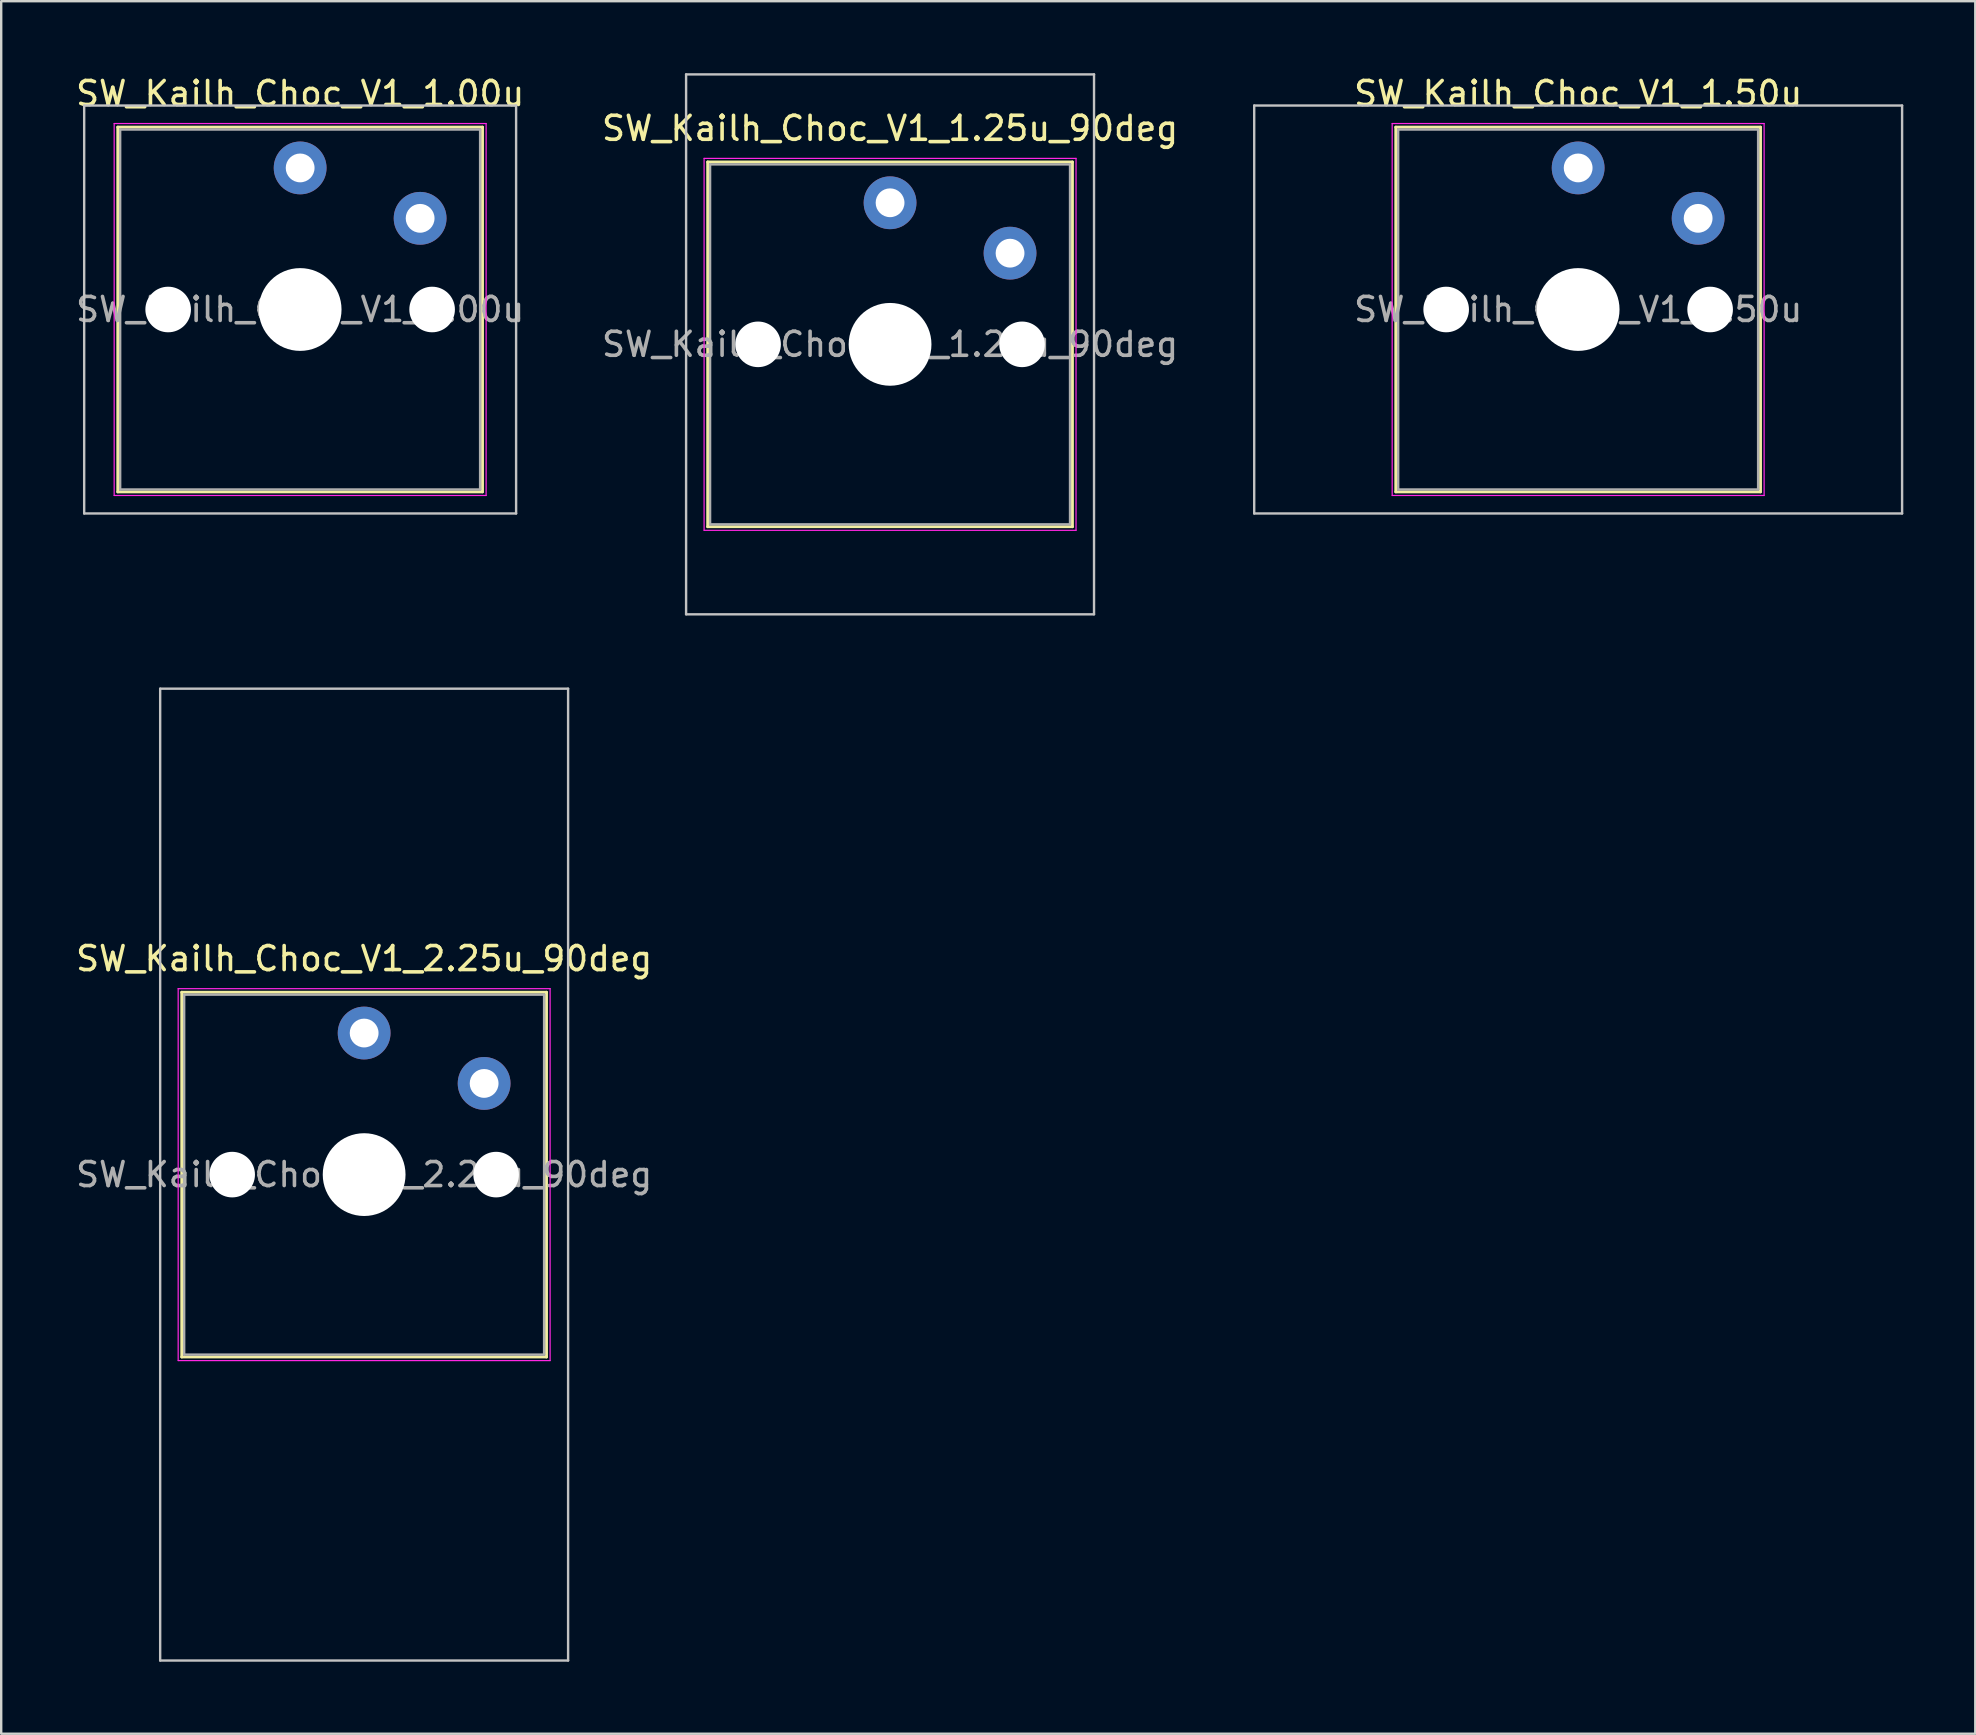
<source format=kicad_pcb>
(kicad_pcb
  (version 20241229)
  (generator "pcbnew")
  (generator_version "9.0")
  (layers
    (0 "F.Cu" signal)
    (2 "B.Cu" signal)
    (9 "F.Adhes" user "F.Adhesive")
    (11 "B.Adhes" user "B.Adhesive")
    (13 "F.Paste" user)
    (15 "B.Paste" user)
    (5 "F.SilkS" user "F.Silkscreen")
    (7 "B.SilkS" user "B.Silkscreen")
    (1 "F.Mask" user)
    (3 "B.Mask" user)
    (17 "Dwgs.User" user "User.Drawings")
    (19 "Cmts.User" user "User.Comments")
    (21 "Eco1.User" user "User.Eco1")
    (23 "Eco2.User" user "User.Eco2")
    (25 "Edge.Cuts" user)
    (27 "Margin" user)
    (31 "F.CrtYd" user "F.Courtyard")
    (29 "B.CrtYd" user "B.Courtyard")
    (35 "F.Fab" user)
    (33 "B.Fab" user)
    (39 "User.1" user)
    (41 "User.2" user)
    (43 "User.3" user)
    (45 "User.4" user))
  (footprint "SW_Kailh_Choc_V1_2.25u_90deg"
    (layer "F.Cu")
    (at 12.125 45.9)
    (property "Reference" "SW_Kailh_Choc_V1_2.25u_90deg" (at 0 -9 0) (layer "F.SilkS") (effects (font (size 1 1) (thickness 0.15))))
    (attr through_hole)
    (fp_line (start -7.6 -7.6) (end -7.6 7.6) (stroke (width 0.12) (type solid)) (layer "F.SilkS"))
    (fp_line (start -7.6 7.6) (end 7.6 7.6) (stroke (width 0.12) (type solid)) (layer "F.SilkS"))
    (fp_line (start 7.6 -7.6) (end -7.6 -7.6) (stroke (width 0.12) (type solid)) (layer "F.SilkS"))
    (fp_line (start 7.6 7.6) (end 7.6 -7.6) (stroke (width 0.12) (type solid)) (layer "F.SilkS"))
    (fp_line (start -8.5 -20.25) (end 8.5 -20.25) (stroke (width 0.1) (type solid)) (layer "Dwgs.User"))
    (fp_line (start -8.5 20.25) (end -8.5 -20.25) (stroke (width 0.1) (type solid)) (layer "Dwgs.User"))
    (fp_line (start 8.5 -20.25) (end 8.5 20.25) (stroke (width 0.1) (type solid)) (layer "Dwgs.User"))
    (fp_line (start 8.5 20.25) (end -8.5 20.25) (stroke (width 0.1) (type solid)) (layer "Dwgs.User"))
    (fp_line (start -7.25 -7.25) (end -7.25 7.25) (stroke (width 0.1) (type solid)) (layer "Eco1.User"))
    (fp_line (start -7.25 7.25) (end 7.25 7.25) (stroke (width 0.1) (type solid)) (layer "Eco1.User"))
    (fp_line (start 7.25 -7.25) (end -7.25 -7.25) (stroke (width 0.1) (type solid)) (layer "Eco1.User"))
    (fp_line (start 7.25 7.25) (end 7.25 -7.25) (stroke (width 0.1) (type solid)) (layer "Eco1.User"))
    (fp_line (start -7.75 -7.75) (end -7.75 7.75) (stroke (width 0.05) (type solid)) (layer "F.CrtYd"))
    (fp_line (start -7.75 7.75) (end 7.75 7.75) (stroke (width 0.05) (type solid)) (layer "F.CrtYd"))
    (fp_line (start 7.75 -7.75) (end -7.75 -7.75) (stroke (width 0.05) (type solid)) (layer "F.CrtYd"))
    (fp_line (start 7.75 7.75) (end 7.75 -7.75) (stroke (width 0.05) (type solid)) (layer "F.CrtYd"))
    (fp_line (start -7.5 -7.5) (end -7.5 7.5) (stroke (width 0.1) (type solid)) (layer "F.Fab"))
    (fp_line (start -7.5 7.5) (end 7.5 7.5) (stroke (width 0.1) (type solid)) (layer "F.Fab"))
    (fp_line (start 7.5 -7.5) (end -7.5 -7.5) (stroke (width 0.1) (type solid)) (layer "F.Fab"))
    (fp_line (start 7.5 7.5) (end 7.5 -7.5) (stroke (width 0.1) (type solid)) (layer "F.Fab"))
    (fp_text user "${REFERENCE}" (at 0 0 0) (layer "F.Fab") (effects (font (size 1 1) (thickness 0.15))))
    (pad "" np_thru_hole circle (at -5.5 0) (size 1.9 1.9) (drill 1.9) (layers "*.Cu" "*.Mask"))
    (pad "" smd circle (at 0 -5.9) (size 1.25 1.25) (layers "F.Mask"))
    (pad "" np_thru_hole circle (at 0 0) (size 3.45 3.45) (drill 3.45) (layers "*.Cu" "*.Mask"))
    (pad "" smd circle (at 5 -3.8) (size 1.25 1.25) (layers "F.Mask"))
    (pad "" np_thru_hole circle (at 5.5 0) (size 1.9 1.9) (drill 1.9) (layers "*.Cu" "*.Mask"))
    (pad "1" thru_hole circle (at 0 -5.9) (size 2.2 2.2) (drill 1.2) (layers "*.Cu" "B.Mask"))
    (pad "2" thru_hole circle (at 5 -3.8) (size 2.2 2.2) (drill 1.2) (layers "*.Cu" "B.Mask")))
  (footprint "SW_Kailh_Choc_V1_1.50u"
    (layer "F.Cu")
    (at 62.717 9.848)
    (property "Reference" "SW_Kailh_Choc_V1_1.50u" (at 0 -9 0) (layer "F.SilkS") (effects (font (size 1 1) (thickness 0.15))))
    (attr through_hole)
    (fp_line (start -7.6 -7.6) (end -7.6 7.6) (stroke (width 0.12) (type solid)) (layer "F.SilkS"))
    (fp_line (start -7.6 7.6) (end 7.6 7.6) (stroke (width 0.12) (type solid)) (layer "F.SilkS"))
    (fp_line (start 7.6 -7.6) (end -7.6 -7.6) (stroke (width 0.12) (type solid)) (layer "F.SilkS"))
    (fp_line (start 7.6 7.6) (end 7.6 -7.6) (stroke (width 0.12) (type solid)) (layer "F.SilkS"))
    (fp_line (start -13.5 -8.5) (end -13.5 8.5) (stroke (width 0.1) (type solid)) (layer "Dwgs.User"))
    (fp_line (start -13.5 8.5) (end 13.5 8.5) (stroke (width 0.1) (type solid)) (layer "Dwgs.User"))
    (fp_line (start 13.5 -8.5) (end -13.5 -8.5) (stroke (width 0.1) (type solid)) (layer "Dwgs.User"))
    (fp_line (start 13.5 8.5) (end 13.5 -8.5) (stroke (width 0.1) (type solid)) (layer "Dwgs.User"))
    (fp_line (start -7.25 -7.25) (end -7.25 7.25) (stroke (width 0.1) (type solid)) (layer "Eco1.User"))
    (fp_line (start -7.25 7.25) (end 7.25 7.25) (stroke (width 0.1) (type solid)) (layer "Eco1.User"))
    (fp_line (start 7.25 -7.25) (end -7.25 -7.25) (stroke (width 0.1) (type solid)) (layer "Eco1.User"))
    (fp_line (start 7.25 7.25) (end 7.25 -7.25) (stroke (width 0.1) (type solid)) (layer "Eco1.User"))
    (fp_line (start -7.75 -7.75) (end -7.75 7.75) (stroke (width 0.05) (type solid)) (layer "F.CrtYd"))
    (fp_line (start -7.75 7.75) (end 7.75 7.75) (stroke (width 0.05) (type solid)) (layer "F.CrtYd"))
    (fp_line (start 7.75 -7.75) (end -7.75 -7.75) (stroke (width 0.05) (type solid)) (layer "F.CrtYd"))
    (fp_line (start 7.75 7.75) (end 7.75 -7.75) (stroke (width 0.05) (type solid)) (layer "F.CrtYd"))
    (fp_line (start -7.5 -7.5) (end -7.5 7.5) (stroke (width 0.1) (type solid)) (layer "F.Fab"))
    (fp_line (start -7.5 7.5) (end 7.5 7.5) (stroke (width 0.1) (type solid)) (layer "F.Fab"))
    (fp_line (start 7.5 -7.5) (end -7.5 -7.5) (stroke (width 0.1) (type solid)) (layer "F.Fab"))
    (fp_line (start 7.5 7.5) (end 7.5 -7.5) (stroke (width 0.1) (type solid)) (layer "F.Fab"))
    (fp_text user "${REFERENCE}" (at 0 0 0) (layer "F.Fab") (effects (font (size 1 1) (thickness 0.15))))
    (pad "" np_thru_hole circle (at -5.5 0) (size 1.9 1.9) (drill 1.9) (layers "*.Cu" "*.Mask"))
    (pad "" smd circle (at 0 -5.9) (size 1.25 1.25) (layers "F.Mask"))
    (pad "" np_thru_hole circle (at 0 0) (size 3.45 3.45) (drill 3.45) (layers "*.Cu" "*.Mask"))
    (pad "" smd circle (at 5 -3.8) (size 1.25 1.25) (layers "F.Mask"))
    (pad "" np_thru_hole circle (at 5.5 0) (size 1.9 1.9) (drill 1.9) (layers "*.Cu" "*.Mask"))
    (pad "1" thru_hole circle (at 0 -5.9) (size 2.2 2.2) (drill 1.2) (layers "*.Cu" "B.Mask"))
    (pad "2" thru_hole circle (at 5 -3.8) (size 2.2 2.2) (drill 1.2) (layers "*.Cu" "B.Mask")))
  (footprint "SW_Kailh_Choc_V1_1.00u"
    (layer "F.Cu")
    (at 9.458 9.848)
    (property "Reference" "SW_Kailh_Choc_V1_1.00u" (at 0 -9 0) (layer "F.SilkS") (effects (font (size 1 1) (thickness 0.15))))
    (attr through_hole)
    (fp_line (start -7.6 -7.6) (end -7.6 7.6) (stroke (width 0.12) (type solid)) (layer "F.SilkS"))
    (fp_line (start -7.6 7.6) (end 7.6 7.6) (stroke (width 0.12) (type solid)) (layer "F.SilkS"))
    (fp_line (start 7.6 -7.6) (end -7.6 -7.6) (stroke (width 0.12) (type solid)) (layer "F.SilkS"))
    (fp_line (start 7.6 7.6) (end 7.6 -7.6) (stroke (width 0.12) (type solid)) (layer "F.SilkS"))
    (fp_line (start -9 -8.5) (end -9 8.5) (stroke (width 0.1) (type solid)) (layer "Dwgs.User"))
    (fp_line (start -9 8.5) (end 9 8.5) (stroke (width 0.1) (type solid)) (layer "Dwgs.User"))
    (fp_line (start 9 -8.5) (end -9 -8.5) (stroke (width 0.1) (type solid)) (layer "Dwgs.User"))
    (fp_line (start 9 8.5) (end 9 -8.5) (stroke (width 0.1) (type solid)) (layer "Dwgs.User"))
    (fp_line (start -7.25 -7.25) (end -7.25 7.25) (stroke (width 0.1) (type solid)) (layer "Eco1.User"))
    (fp_line (start -7.25 7.25) (end 7.25 7.25) (stroke (width 0.1) (type solid)) (layer "Eco1.User"))
    (fp_line (start 7.25 -7.25) (end -7.25 -7.25) (stroke (width 0.1) (type solid)) (layer "Eco1.User"))
    (fp_line (start 7.25 7.25) (end 7.25 -7.25) (stroke (width 0.1) (type solid)) (layer "Eco1.User"))
    (fp_line (start -7.75 -7.75) (end -7.75 7.75) (stroke (width 0.05) (type solid)) (layer "F.CrtYd"))
    (fp_line (start -7.75 7.75) (end 7.75 7.75) (stroke (width 0.05) (type solid)) (layer "F.CrtYd"))
    (fp_line (start 7.75 -7.75) (end -7.75 -7.75) (stroke (width 0.05) (type solid)) (layer "F.CrtYd"))
    (fp_line (start 7.75 7.75) (end 7.75 -7.75) (stroke (width 0.05) (type solid)) (layer "F.CrtYd"))
    (fp_line (start -7.5 -7.5) (end -7.5 7.5) (stroke (width 0.1) (type solid)) (layer "F.Fab"))
    (fp_line (start -7.5 7.5) (end 7.5 7.5) (stroke (width 0.1) (type solid)) (layer "F.Fab"))
    (fp_line (start 7.5 -7.5) (end -7.5 -7.5) (stroke (width 0.1) (type solid)) (layer "F.Fab"))
    (fp_line (start 7.5 7.5) (end 7.5 -7.5) (stroke (width 0.1) (type solid)) (layer "F.Fab"))
    (fp_text user "${REFERENCE}" (at 0 0 0) (layer "F.Fab") (effects (font (size 1 1) (thickness 0.15))))
    (pad "" np_thru_hole circle (at -5.5 0) (size 1.9 1.9) (drill 1.9) (layers "*.Cu" "*.Mask"))
    (pad "" smd circle (at 0 -5.9) (size 1.25 1.25) (layers "F.Mask"))
    (pad "" np_thru_hole circle (at 0 0) (size 3.45 3.45) (drill 3.45) (layers "*.Cu" "*.Mask"))
    (pad "" smd circle (at 5 -3.8) (size 1.25 1.25) (layers "F.Mask"))
    (pad "" np_thru_hole circle (at 5.5 0) (size 1.9 1.9) (drill 1.9) (layers "*.Cu" "*.Mask"))
    (pad "1" thru_hole circle (at 0 -5.9) (size 2.2 2.2) (drill 1.2) (layers "*.Cu" "B.Mask"))
    (pad "2" thru_hole circle (at 5 -3.8) (size 2.2 2.2) (drill 1.2) (layers "*.Cu" "B.Mask")))
  (footprint "SW_Kailh_Choc_V1_1.25u_90deg"
    (layer "F.Cu")
    (at 34.042 11.3)
    (property "Reference" "SW_Kailh_Choc_V1_1.25u_90deg" (at 0 -9 0) (layer "F.SilkS") (effects (font (size 1 1) (thickness 0.15))))
    (attr through_hole)
    (fp_line (start -7.6 -7.6) (end -7.6 7.6) (stroke (width 0.12) (type solid)) (layer "F.SilkS"))
    (fp_line (start -7.6 7.6) (end 7.6 7.6) (stroke (width 0.12) (type solid)) (layer "F.SilkS"))
    (fp_line (start 7.6 -7.6) (end -7.6 -7.6) (stroke (width 0.12) (type solid)) (layer "F.SilkS"))
    (fp_line (start 7.6 7.6) (end 7.6 -7.6) (stroke (width 0.12) (type solid)) (layer "F.SilkS"))
    (fp_line (start -8.5 -11.25) (end 8.5 -11.25) (stroke (width 0.1) (type solid)) (layer "Dwgs.User"))
    (fp_line (start -8.5 11.25) (end -8.5 -11.25) (stroke (width 0.1) (type solid)) (layer "Dwgs.User"))
    (fp_line (start 8.5 -11.25) (end 8.5 11.25) (stroke (width 0.1) (type solid)) (layer "Dwgs.User"))
    (fp_line (start 8.5 11.25) (end -8.5 11.25) (stroke (width 0.1) (type solid)) (layer "Dwgs.User"))
    (fp_line (start -7.25 -7.25) (end -7.25 7.25) (stroke (width 0.1) (type solid)) (layer "Eco1.User"))
    (fp_line (start -7.25 7.25) (end 7.25 7.25) (stroke (width 0.1) (type solid)) (layer "Eco1.User"))
    (fp_line (start 7.25 -7.25) (end -7.25 -7.25) (stroke (width 0.1) (type solid)) (layer "Eco1.User"))
    (fp_line (start 7.25 7.25) (end 7.25 -7.25) (stroke (width 0.1) (type solid)) (layer "Eco1.User"))
    (fp_line (start -7.75 -7.75) (end -7.75 7.75) (stroke (width 0.05) (type solid)) (layer "F.CrtYd"))
    (fp_line (start -7.75 7.75) (end 7.75 7.75) (stroke (width 0.05) (type solid)) (layer "F.CrtYd"))
    (fp_line (start 7.75 -7.75) (end -7.75 -7.75) (stroke (width 0.05) (type solid)) (layer "F.CrtYd"))
    (fp_line (start 7.75 7.75) (end 7.75 -7.75) (stroke (width 0.05) (type solid)) (layer "F.CrtYd"))
    (fp_line (start -7.5 -7.5) (end -7.5 7.5) (stroke (width 0.1) (type solid)) (layer "F.Fab"))
    (fp_line (start -7.5 7.5) (end 7.5 7.5) (stroke (width 0.1) (type solid)) (layer "F.Fab"))
    (fp_line (start 7.5 -7.5) (end -7.5 -7.5) (stroke (width 0.1) (type solid)) (layer "F.Fab"))
    (fp_line (start 7.5 7.5) (end 7.5 -7.5) (stroke (width 0.1) (type solid)) (layer "F.Fab"))
    (fp_text user "${REFERENCE}" (at 0 0 0) (layer "F.Fab") (effects (font (size 1 1) (thickness 0.15))))
    (pad "" np_thru_hole circle (at -5.5 0) (size 1.9 1.9) (drill 1.9) (layers "*.Cu" "*.Mask"))
    (pad "" smd circle (at 0 -5.9) (size 1.25 1.25) (layers "F.Mask"))
    (pad "" np_thru_hole circle (at 0 0) (size 3.45 3.45) (drill 3.45) (layers "*.Cu" "*.Mask"))
    (pad "" smd circle (at 5 -3.8) (size 1.25 1.25) (layers "F.Mask"))
    (pad "" np_thru_hole circle (at 5.5 0) (size 1.9 1.9) (drill 1.9) (layers "*.Cu" "*.Mask"))
    (pad "1" thru_hole circle (at 0 -5.9) (size 2.2 2.2) (drill 1.2) (layers "*.Cu" "B.Mask"))
    (pad "2" thru_hole circle (at 5 -3.8) (size 2.2 2.2) (drill 1.2) (layers "*.Cu" "B.Mask")))
  (gr_rect
    (start -3 -3)
    (end 79.267 69.2)
    (stroke (width 0.1) (type default))
    (fill no)
    (layer "Edge.Cuts")))
</source>
